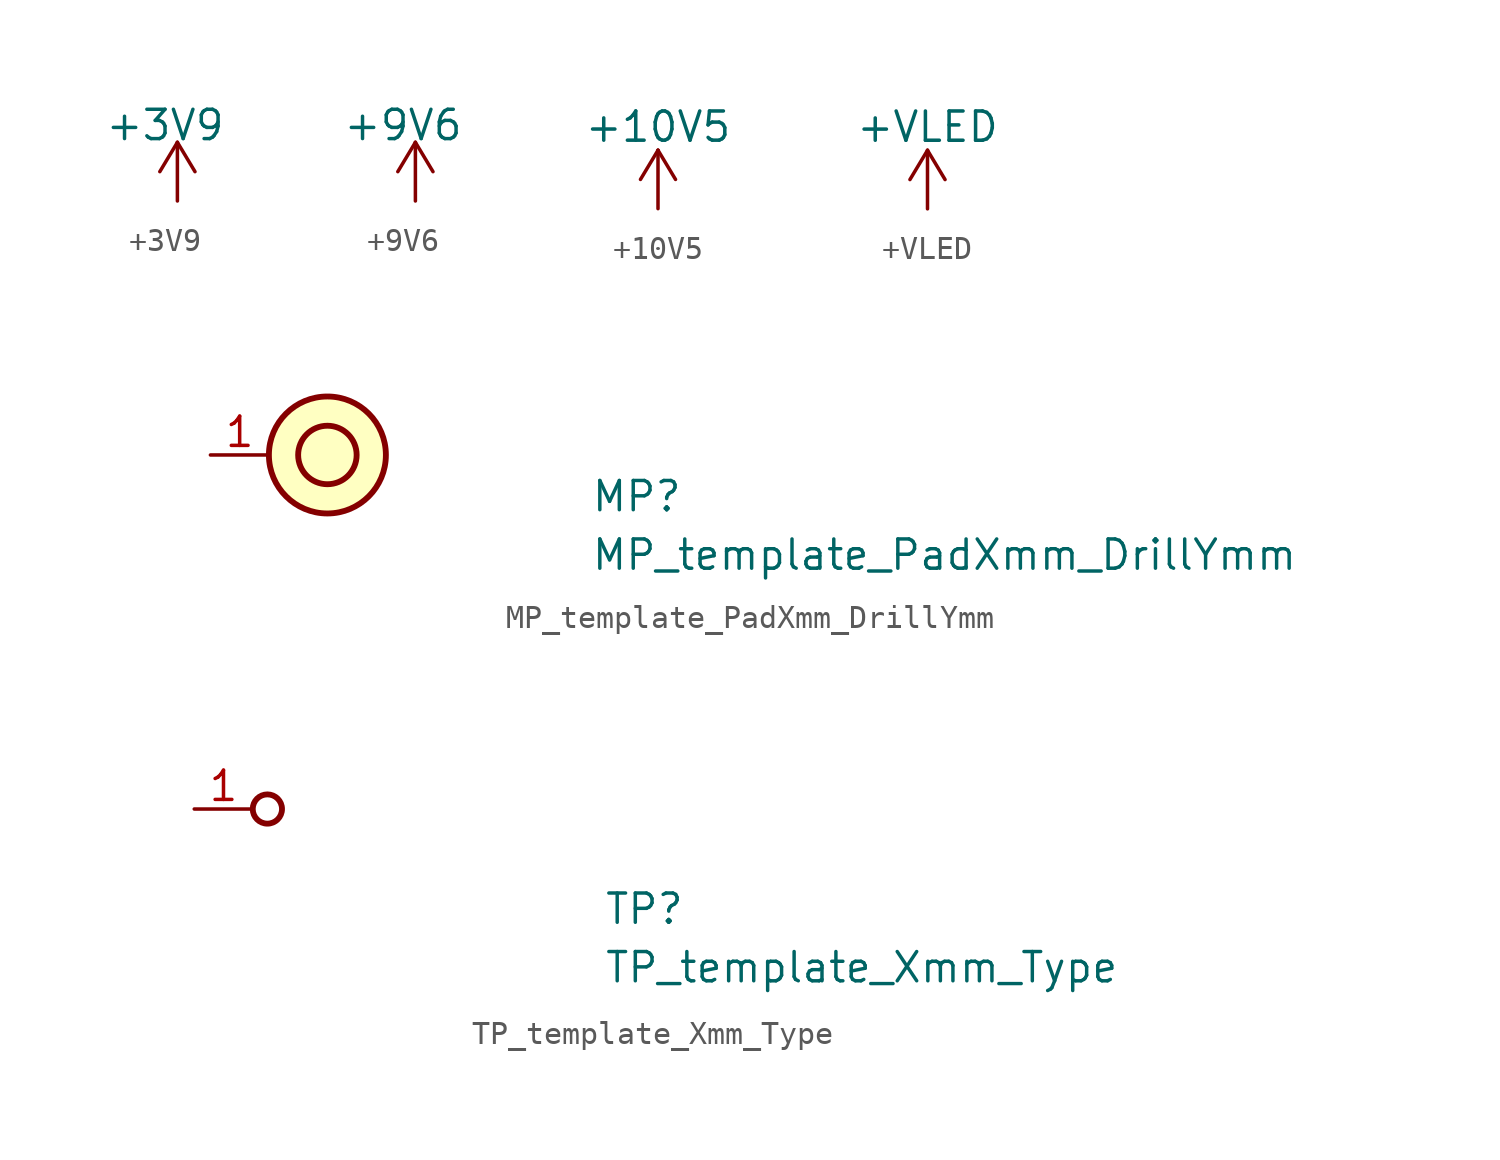
<source format=kicad_sym>
(kicad_symbol_lib
  (version 20211014)
  (generator kmake_loclib)
  (symbol "+3V9"
    (power)
    (pin_numbers hide)
    (pin_names hide)
    (property "Reference" "#PWR"
      (at 15.24 0 0)
      (effects (font (size 1.27 1.27) (thickness 0.15)) (justify left bottom) hide))
    (property "Value" "+3V9"
      (at -3.175 2.54 0)
      (effects (font (size 1.27 1.27) (thickness 0.15)) (justify left bottom)))
    (symbol "+3V9_0_1"
      (polyline (pts (xy 0 0) (xy 0 2.54)) (stroke (width 0) (type default)) (fill (type none)))
      (polyline (pts (xy 0 2.54) (xy -0.762 1.27)) (stroke (width 0) (type default)) (fill (type none)))
      (polyline (pts (xy 0 2.54) (xy 0.762 1.27)) (stroke (width 0) (type default)) (fill (type none))))
    (symbol "+3V9_1_1"
      (pin power_in line (at 0 0 90) (length 0) hide (name "+3V9" (effects (font (size 1.27 1.27)))) (number "1" (effects (font (size 1.27 1.27)))))))
  (symbol "+9V6"
    (power)
    (pin_numbers hide)
    (pin_names hide)
    (property "Reference" "#PWR"
      (at 15.24 0 0)
      (effects (font (size 1.27 1.27) (thickness 0.15)) (justify left bottom) hide))
    (property "Value" "+9V6"
      (at -3.175 2.54 0)
      (effects (font (size 1.27 1.27) (thickness 0.15)) (justify left bottom)))
    (symbol "+9V6_0_1"
      (polyline (pts (xy 0 0) (xy 0 2.54)) (stroke (width 0) (type default)) (fill (type none)))
      (polyline (pts (xy 0 2.54) (xy -0.762 1.27)) (stroke (width 0) (type default)) (fill (type none)))
      (polyline (pts (xy 0 2.54) (xy 0.762 1.27)) (stroke (width 0) (type default)) (fill (type none))))
    (symbol "+9V6_1_1"
      (pin power_in line (at 0 0 90) (length 0) hide (name "+9V6" (effects (font (size 1.27 1.27)))) (number "1" (effects (font (size 1.27 1.27)))))))
  (symbol "+10V5"
    (power)
    (pin_names
      (offset 0))
    (property "Reference" "#PWR"
      (at 0 -3.81 0)
      (effects (font (size 1.27 1.27)) hide))
    (property "Value" "+10V5"
      (at 0 3.556 0)
      (effects (font (size 1.27 1.27))))
    (symbol "+10V5_0_1"
      (polyline (pts (xy -0.762 1.27) (xy 0 2.54)) (stroke (width 0) (type default)) (fill (type none)))
      (polyline (pts (xy 0 0) (xy 0 2.54)) (stroke (width 0) (type default)) (fill (type none)))
      (polyline (pts (xy 0 2.54) (xy 0.762 1.27)) (stroke (width 0) (type default)) (fill (type none))))
    (symbol "+10V5_1_1"
      (pin power_in line (at 0 0 90) (length 0) hide (name "+10V5" (effects (font (size 1.27 1.27)))) (number "1" (effects (font (size 1.27 1.27)))))))
  (symbol "+VLED"
    (power)
    (pin_names
      (offset 0))
    (property "Reference" "#PWR"
      (at 0 -3.81 0)
      (effects (font (size 1.27 1.27)) hide))
    (property "Value" "+VLED"
      (at 0 3.556 0)
      (effects (font (size 1.27 1.27))))
    (symbol "+VLED_0_1"
      (polyline (pts (xy -0.762 1.27) (xy 0 2.54)) (stroke (width 0) (type default)) (fill (type none)))
      (polyline (pts (xy 0 0) (xy 0 2.54)) (stroke (width 0) (type default)) (fill (type none)))
      (polyline (pts (xy 0 2.54) (xy 0.762 1.27)) (stroke (width 0) (type default)) (fill (type none))))
    (symbol "+VLED_1_1"
      (pin power_in line (at 0 0 90) (length 0) hide (name "+VLED" (effects (font (size 1.27 1.27)))) (number "1" (effects (font (size 1.27 1.27)))))))
  (symbol "MP_template_PadXmm_DrillYmm"
    (pin_names hide)
    (property "Reference" "MP"
      (at 16.51 -2.54 0)
      (effects (font (size 1.27 1.27) (thickness 0.15)) (justify left bottom)))
    (property "Value" "MP_template_PadXmm_DrillYmm"
      (at 16.51 -5.08 0)
      (effects (font (size 1.27 1.27) (thickness 0.15)) (justify left bottom)))
    (symbol "MP_template_PadXmm_DrillYmm_1_1"
      (circle (center 5.08 0) (radius 1.27) (stroke (width 0.254) (type default)) (fill (type background)))
      (circle (center 5.08 0) (radius 2.54) (stroke (width 0.254) (type default)) (fill (type background)))
      (pin passive line (at 0 0 0) (length 2.54) (name "~" (effects (font (size 1.27 1.27)))) (number "1" (effects (font (size 1.27 1.27)))))))
  (symbol "TP_template_Xmm_Type"
    (pin_names hide)
    (property "Reference" "TP"
      (at 17.78 -5.08 0)
      (effects (font (size 1.27 1.27) (thickness 0.15)) (justify left bottom)))
    (property "Value" "TP_template_Xmm_Type"
      (at 17.78 -7.62 0)
      (effects (font (size 1.27 1.27) (thickness 0.15)) (justify left bottom)))
    (symbol "TP_template_Xmm_Type_1_1"
      (circle (center 3.175 0) (radius 0.635) (stroke (width 0.254) (type default)) (fill (type none)))
      (pin passive line (at 0 0 0) (length 2.54) (name "1" (effects (font (size 1.27 1.27)))) (number "1" (effects (font (size 1.27 1.27))))))))
</source>
